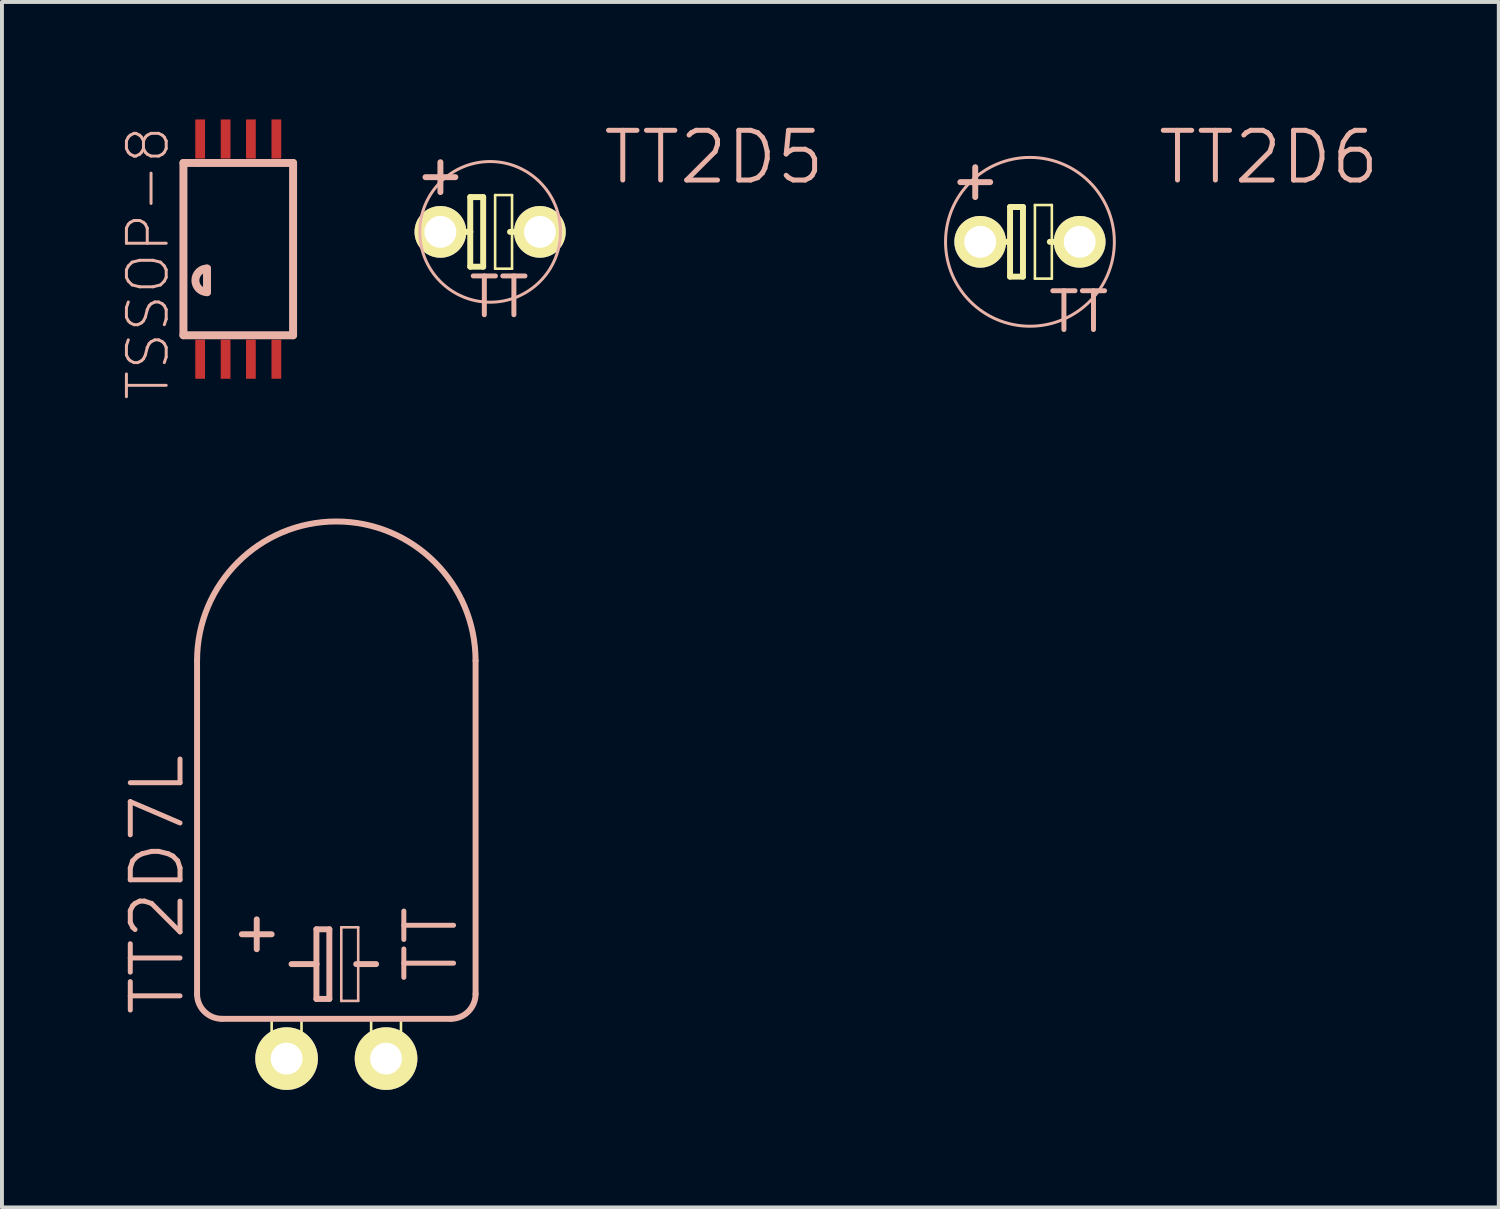
<source format=kicad_pcb>
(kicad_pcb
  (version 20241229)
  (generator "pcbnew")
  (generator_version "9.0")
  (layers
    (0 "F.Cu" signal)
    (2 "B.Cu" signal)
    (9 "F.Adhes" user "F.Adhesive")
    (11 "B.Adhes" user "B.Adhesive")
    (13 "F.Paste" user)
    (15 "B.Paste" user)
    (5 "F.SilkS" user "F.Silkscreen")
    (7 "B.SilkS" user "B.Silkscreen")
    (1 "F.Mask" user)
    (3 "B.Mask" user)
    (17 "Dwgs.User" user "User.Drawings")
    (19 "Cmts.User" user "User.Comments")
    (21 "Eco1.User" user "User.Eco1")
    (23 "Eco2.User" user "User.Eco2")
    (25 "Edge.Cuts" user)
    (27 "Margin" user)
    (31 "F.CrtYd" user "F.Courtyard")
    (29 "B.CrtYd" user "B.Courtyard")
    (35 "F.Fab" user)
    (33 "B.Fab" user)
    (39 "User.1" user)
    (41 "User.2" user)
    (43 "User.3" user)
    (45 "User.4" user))
  (footprint "TT2D5"
    (layer "F.Cu")
    (at 9.466 2.871)
    (property "Reference" "TT2D5" (at 5.715 -1.905 0) (layer "B.SilkS") (effects (font (size 1.27 1.27) (thickness 0.127))))
    (attr exclude_from_pos_files exclude_from_bom)
    (fp_line (start -1.016 0) (end -0.508 0) (stroke (width 0.152) (type solid)) (layer "F.SilkS"))
    (fp_line (start -0.508 -0.889) (end -0.508 0) (stroke (width 0.152) (type solid)) (layer "F.SilkS"))
    (fp_line (start -0.508 0) (end -0.508 0.889) (stroke (width 0.152) (type solid)) (layer "F.SilkS"))
    (fp_line (start -0.508 0.889) (end -0.178 0.889) (stroke (width 0.152) (type solid)) (layer "F.SilkS"))
    (fp_line (start -0.178 -0.889) (end -0.508 -0.889) (stroke (width 0.152) (type solid)) (layer "F.SilkS"))
    (fp_line (start -0.178 0.889) (end -0.178 -0.889) (stroke (width 0.152) (type solid)) (layer "F.SilkS"))
    (fp_line (start 0.127 -0.94) (end 0.559 -0.94) (stroke (width 0.066) (type solid)) (layer "F.SilkS"))
    (fp_line (start 0.127 0.94) (end 0.127 -0.94) (stroke (width 0.066) (type solid)) (layer "F.SilkS"))
    (fp_line (start 0.127 0.94) (end 0.559 0.94) (stroke (width 0.066) (type solid)) (layer "F.SilkS"))
    (fp_line (start 0.508 0) (end 1.016 0) (stroke (width 0.152) (type solid)) (layer "F.SilkS"))
    (fp_line (start 0.559 0.94) (end 0.559 -0.94) (stroke (width 0.066) (type solid)) (layer "F.SilkS"))
    (fp_line (start -1.27 -1.016) (end -1.27 -1.778) (stroke (width 0.152) (type solid)) (layer "B.SilkS"))
    (fp_line (start -0.889 -1.397) (end -1.651 -1.397) (stroke (width 0.152) (type solid)) (layer "B.SilkS"))
    (fp_circle (center 0 0) (end -1.27 1.27) (stroke (width 0.076) (type solid)) (fill no) (layer "B.SilkS"))
    (fp_text user "TT" (at 0.229 1.664 0) (layer "B.SilkS") (effects (font (size 0.991 0.991) (thickness 0.127))))
    (pad "+" thru_hole circle (at -1.27 0) (size 1.321 1.321) (drill 0.813) (layers "*.Cu" "F.Mask" "F.SilkS" "F.Paste"))
    (pad "-" thru_hole circle (at 1.27 0) (size 1.321 1.321) (drill 0.813) (layers "*.Cu" "F.Mask" "F.SilkS" "F.Paste")))
  (footprint "TT2D7L"
    (layer "F.Cu")
    (at 5.538 23.982)
    (property "Reference" "TT2D7L" (at -4.572 -4.445 90) (layer "B.SilkS") (effects (font (size 1.27 1.27) (thickness 0.127))))
    (attr exclude_from_pos_files exclude_from_bom)
    (fp_line (start -1.651 -1.016) (end -0.889 -1.016) (stroke (width 0.066) (type solid)) (layer "F.SilkS"))
    (fp_line (start -1.651 -0.635) (end -1.651 -1.016) (stroke (width 0.066) (type solid)) (layer "F.SilkS"))
    (fp_line (start -1.651 -0.635) (end -0.889 -0.635) (stroke (width 0.066) (type solid)) (layer "F.SilkS"))
    (fp_line (start -1.651 -0.635) (end -0.889 -0.635) (stroke (width 0.066) (type solid)) (layer "F.SilkS"))
    (fp_line (start -1.651 0.127) (end -1.651 -0.635) (stroke (width 0.066) (type solid)) (layer "F.SilkS"))
    (fp_line (start -1.651 0.127) (end -0.889 0.127) (stroke (width 0.066) (type solid)) (layer "F.SilkS"))
    (fp_line (start -0.889 -0.635) (end -0.889 -1.016) (stroke (width 0.066) (type solid)) (layer "F.SilkS"))
    (fp_line (start -0.889 0.127) (end -0.889 -0.635) (stroke (width 0.066) (type solid)) (layer "F.SilkS"))
    (fp_line (start 0.889 -1.016) (end 1.651 -1.016) (stroke (width 0.066) (type solid)) (layer "F.SilkS"))
    (fp_line (start 0.889 -0.635) (end 0.889 -1.016) (stroke (width 0.066) (type solid)) (layer "F.SilkS"))
    (fp_line (start 0.889 -0.635) (end 1.651 -0.635) (stroke (width 0.066) (type solid)) (layer "F.SilkS"))
    (fp_line (start 0.889 -0.635) (end 1.651 -0.635) (stroke (width 0.066) (type solid)) (layer "F.SilkS"))
    (fp_line (start 0.889 0.127) (end 0.889 -0.635) (stroke (width 0.066) (type solid)) (layer "F.SilkS"))
    (fp_line (start 0.889 0.127) (end 1.651 0.127) (stroke (width 0.066) (type solid)) (layer "F.SilkS"))
    (fp_line (start 1.651 -0.635) (end 1.651 -1.016) (stroke (width 0.066) (type solid)) (layer "F.SilkS"))
    (fp_line (start 1.651 0.127) (end 1.651 -0.635) (stroke (width 0.066) (type solid)) (layer "F.SilkS"))
    (fp_line (start -3.556 -10.16) (end -3.556 -1.651) (stroke (width 0.152) (type solid)) (layer "B.SilkS"))
    (fp_line (start -2.921 -1.016) (end 2.921 -1.016) (stroke (width 0.152) (type solid)) (layer "B.SilkS"))
    (fp_line (start -2.413 -3.175) (end -1.651 -3.175) (stroke (width 0.152) (type solid)) (layer "B.SilkS"))
    (fp_line (start -2.032 -2.794) (end -2.032 -3.556) (stroke (width 0.152) (type solid)) (layer "B.SilkS"))
    (fp_line (start -1.143 -2.413) (end -0.508 -2.413) (stroke (width 0.152) (type solid)) (layer "B.SilkS"))
    (fp_line (start -0.508 -3.302) (end -0.508 -2.413) (stroke (width 0.152) (type solid)) (layer "B.SilkS"))
    (fp_line (start -0.508 -2.413) (end -0.508 -1.524) (stroke (width 0.152) (type solid)) (layer "B.SilkS"))
    (fp_line (start -0.508 -1.524) (end -0.178 -1.524) (stroke (width 0.152) (type solid)) (layer "B.SilkS"))
    (fp_line (start -0.178 -3.302) (end -0.508 -3.302) (stroke (width 0.152) (type solid)) (layer "B.SilkS"))
    (fp_line (start -0.178 -1.524) (end -0.178 -3.302) (stroke (width 0.152) (type solid)) (layer "B.SilkS"))
    (fp_line (start 0.127 -3.353) (end 0.559 -3.353) (stroke (width 0.066) (type solid)) (layer "B.SilkS"))
    (fp_line (start 0.127 -1.473) (end 0.127 -3.353) (stroke (width 0.066) (type solid)) (layer "B.SilkS"))
    (fp_line (start 0.127 -1.473) (end 0.559 -1.473) (stroke (width 0.066) (type solid)) (layer "B.SilkS"))
    (fp_line (start 0.508 -2.413) (end 1.016 -2.413) (stroke (width 0.152) (type solid)) (layer "B.SilkS"))
    (fp_line (start 0.559 -1.473) (end 0.559 -3.353) (stroke (width 0.066) (type solid)) (layer "B.SilkS"))
    (fp_line (start 3.556 -10.16) (end 3.556 -1.651) (stroke (width 0.152) (type solid)) (layer "B.SilkS"))
    (fp_arc (start -3.556 -10.16) (mid 0 -13.716) (end 3.556 -10.16) (stroke (width 0.1524) (type solid)) (layer "B.SilkS"))
    (fp_arc (start -2.921 -1.016) (mid -3.370013 -1.201987) (end -3.556 -1.651) (stroke (width 0.1524) (type solid)) (layer "B.SilkS"))
    (fp_arc (start 3.556 -1.651) (mid 3.370013 -1.201987) (end 2.921 -1.016) (stroke (width 0.1524) (type solid)) (layer "B.SilkS"))
    (fp_text user "TT" (at 2.413 -2.921 90) (layer "B.SilkS") (effects (font (size 1.27 1.27) (thickness 0.127))))
    (pad "+" thru_hole circle (at -1.27 0) (size 1.6 1.6) (drill 0.813) (layers "*.Cu" "F.Mask" "F.SilkS" "F.Paste"))
    (pad "-" thru_hole circle (at 1.27 0) (size 1.6 1.6) (drill 0.813) (layers "*.Cu" "F.Mask" "F.SilkS" "F.Paste")))
  (footprint "TT2D6"
    (layer "F.Cu")
    (at 23.25 3.125)
    (property "Reference" "TT2D6" (at 6.096 -2.159 0) (layer "B.SilkS") (effects (font (size 1.27 1.27) (thickness 0.127))))
    (attr exclude_from_pos_files exclude_from_bom)
    (fp_line (start -1.016 0) (end -0.508 0) (stroke (width 0.152) (type solid)) (layer "F.SilkS"))
    (fp_line (start -0.508 -0.889) (end -0.508 0) (stroke (width 0.152) (type solid)) (layer "F.SilkS"))
    (fp_line (start -0.508 0) (end -0.508 0.889) (stroke (width 0.152) (type solid)) (layer "F.SilkS"))
    (fp_line (start -0.508 0.889) (end -0.178 0.889) (stroke (width 0.152) (type solid)) (layer "F.SilkS"))
    (fp_line (start -0.178 -0.889) (end -0.508 -0.889) (stroke (width 0.152) (type solid)) (layer "F.SilkS"))
    (fp_line (start -0.178 0.889) (end -0.178 -0.889) (stroke (width 0.152) (type solid)) (layer "F.SilkS"))
    (fp_line (start 0.127 -0.94) (end 0.559 -0.94) (stroke (width 0.066) (type solid)) (layer "F.SilkS"))
    (fp_line (start 0.127 0.94) (end 0.127 -0.94) (stroke (width 0.066) (type solid)) (layer "F.SilkS"))
    (fp_line (start 0.127 0.94) (end 0.559 0.94) (stroke (width 0.066) (type solid)) (layer "F.SilkS"))
    (fp_line (start 0.508 0) (end 1.016 0) (stroke (width 0.152) (type solid)) (layer "F.SilkS"))
    (fp_line (start 0.559 0.94) (end 0.559 -0.94) (stroke (width 0.066) (type solid)) (layer "F.SilkS"))
    (fp_line (start -1.778 -1.524) (end -1.016 -1.524) (stroke (width 0.152) (type solid)) (layer "B.SilkS"))
    (fp_line (start -1.397 -1.143) (end -1.397 -1.905) (stroke (width 0.152) (type solid)) (layer "B.SilkS"))
    (fp_circle (center 0 0) (end -1.524 1.524) (stroke (width 0.076) (type solid)) (fill no) (layer "B.SilkS"))
    (fp_text user "TT" (at 1.245 1.788 0) (layer "B.SilkS") (effects (font (size 0.991 0.991) (thickness 0.127))))
    (pad "+" thru_hole circle (at -1.27 0) (size 1.321 1.321) (drill 0.813) (layers "*.Cu" "F.Mask" "F.SilkS" "F.Paste"))
    (pad "-" thru_hole circle (at 1.27 0) (size 1.321 1.321) (drill 0.813) (layers "*.Cu" "F.Mask" "F.SilkS" "F.Paste")))
  (footprint "TSSOP-8"
    (layer "F.Cu")
    (at 3.034 3.311)
    (property "Reference" "TSSOP-8" (at -2.306 0.358 90) (layer "B.SilkS") (effects (font (size 1.016 1.016) (thickness 0.076))))
    (attr smd)
    (fp_line (start -1.4 -2.2) (end -0.998 -2.2) (stroke (width 0.203) (type solid)) (layer "B.SilkS"))
    (fp_line (start -1.4 2.2) (end -1.4 -2.2) (stroke (width 0.203) (type solid)) (layer "B.SilkS"))
    (fp_line (start -0.998 -2.2) (end -1.1 -2.2) (stroke (width 0.127) (type solid)) (layer "B.SilkS"))
    (fp_line (start -0.998 -2.2) (end 1.4 -2.2) (stroke (width 0.203) (type solid)) (layer "B.SilkS"))
    (fp_line (start -0.798 0.498) (end -0.798 1.1) (stroke (width 0.203) (type solid)) (layer "B.SilkS"))
    (fp_line (start 1.4 -2.2) (end 1.4 2.2) (stroke (width 0.203) (type solid)) (layer "B.SilkS"))
    (fp_line (start 1.4 2.2) (end -1.4 2.2) (stroke (width 0.203) (type solid)) (layer "B.SilkS"))
    (fp_arc (start -0.79756 1.09982) (mid -1.09982 0.79756) (end -0.79756 0.4953) (stroke (width 0.2032) (type solid)) (layer "B.SilkS"))
    (pad "1" smd rect (at -0.973 2.812) (size 0.249 0.998) (layers "F.Cu" "F.Mask" "F.Paste"))
    (pad "2" smd rect (at -0.323 2.812) (size 0.249 0.998) (layers "F.Cu" "F.Mask" "F.Paste"))
    (pad "3" smd rect (at 0.323 2.812) (size 0.249 0.998) (layers "F.Cu" "F.Mask" "F.Paste"))
    (pad "4" smd rect (at 0.973 2.812) (size 0.249 0.998) (layers "F.Cu" "F.Mask" "F.Paste"))
    (pad "5" smd rect (at 0.973 -2.812 180) (size 0.249 0.998) (layers "F.Cu" "F.Mask" "F.Paste"))
    (pad "6" smd rect (at 0.323 -2.812 180) (size 0.249 0.998) (layers "F.Cu" "F.Mask" "F.Paste"))
    (pad "7" smd rect (at -0.323 -2.812 180) (size 0.249 0.998) (layers "F.Cu" "F.Mask" "F.Paste"))
    (pad "8" smd rect (at -0.973 -2.812 180) (size 0.249 0.998) (layers "F.Cu" "F.Mask" "F.Paste")))
  (gr_rect
    (start -3 -3)
    (end 35.222 27.782)
    (stroke (width 0.1) (type default))
    (fill no)
    (layer "Edge.Cuts")))
</source>
